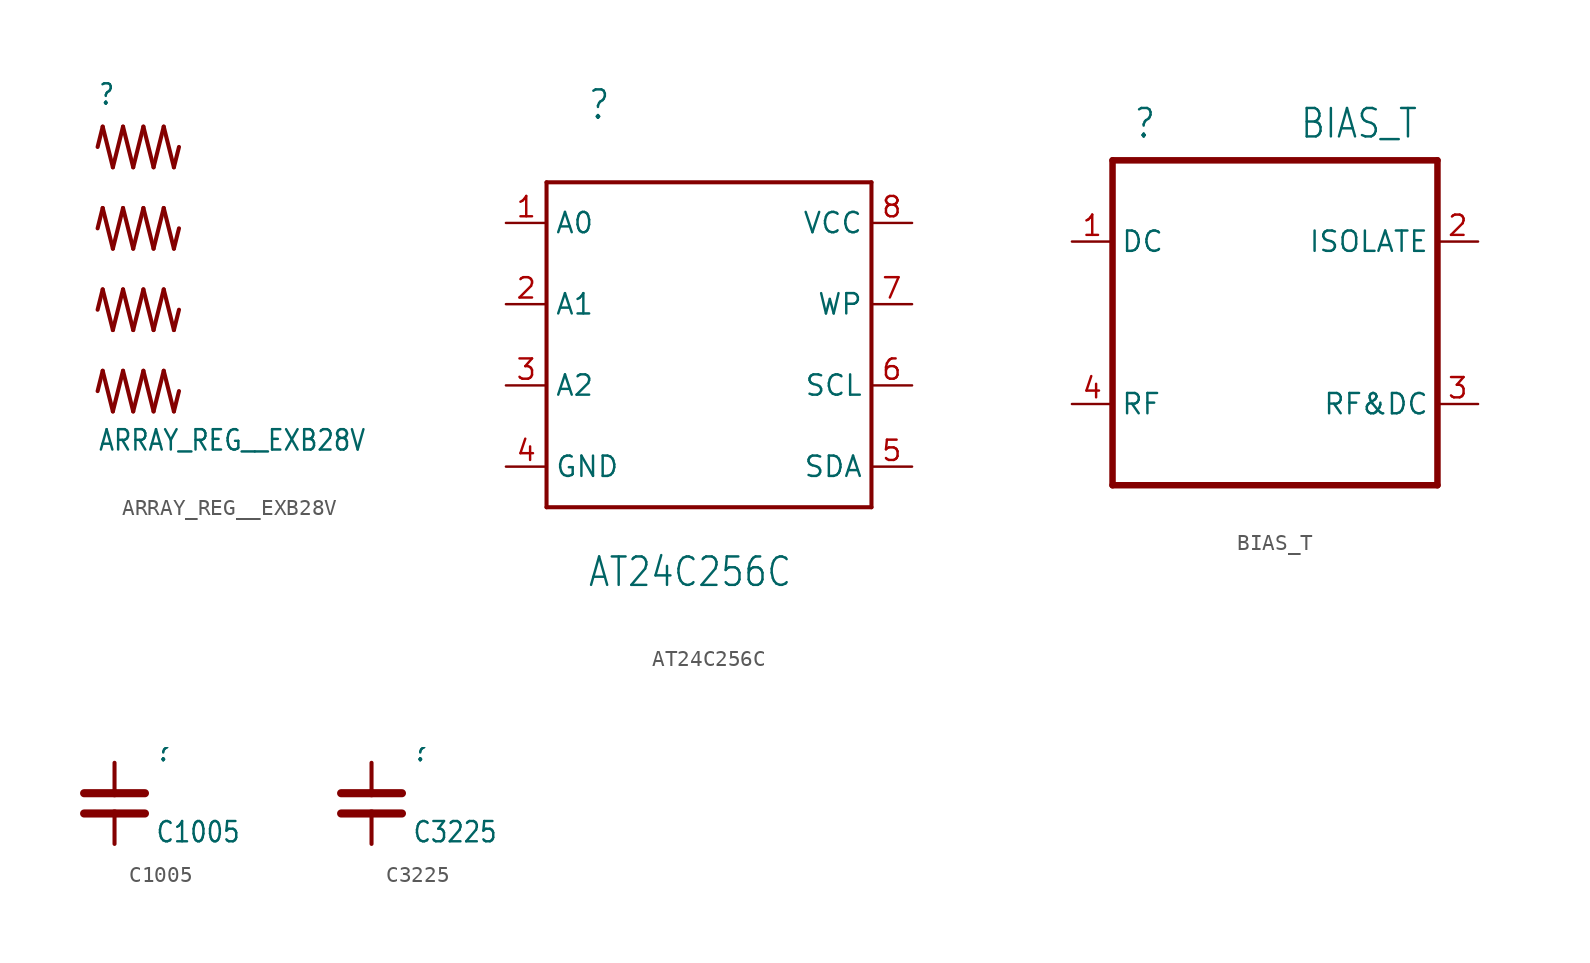
<source format=kicad_sym>
(kicad_symbol_lib
  (version 20211014)
  (generator kicad_symbol_editor)
  (symbol "ARRAY_REG__EXB28V"
    (property "Reference" ""
      (at -2.54 7.62 0)
      (effects (font (size 1.27 1.079)) (justify left bottom)))
    (property "Value" "ARRAY_REG__EXB28V"
      (at -2.54 -13.97 0)
      (effects (font (size 1.27 1.079)) (justify left bottom)))
    (property "ki_locked" ""
      (at 0 0 0)
      (effects (font (size 1.27 1.27))))
    (symbol "ARRAY_REG__EXB28V_1_0"
      (polyline (pts (xy -2.54 -10.16) (xy -2.223 -8.89)) (stroke (width 0.254) (type default) (color 0 0 0 0)) (fill (type none)))
      (polyline (pts (xy -2.54 -5.08) (xy -2.223 -3.81)) (stroke (width 0.254) (type default) (color 0 0 0 0)) (fill (type none)))
      (polyline (pts (xy -2.54 0) (xy -2.223 1.27)) (stroke (width 0.254) (type default) (color 0 0 0 0)) (fill (type none)))
      (polyline (pts (xy -2.54 5.08) (xy -2.223 6.35)) (stroke (width 0.254) (type default) (color 0 0 0 0)) (fill (type none)))
      (polyline (pts (xy -2.223 -8.89) (xy -1.587 -11.43)) (stroke (width 0.254) (type default) (color 0 0 0 0)) (fill (type none)))
      (polyline (pts (xy -2.223 -3.81) (xy -1.587 -6.35)) (stroke (width 0.254) (type default) (color 0 0 0 0)) (fill (type none)))
      (polyline (pts (xy -2.223 1.27) (xy -1.587 -1.27)) (stroke (width 0.254) (type default) (color 0 0 0 0)) (fill (type none)))
      (polyline (pts (xy -2.223 6.35) (xy -1.587 3.81)) (stroke (width 0.254) (type default) (color 0 0 0 0)) (fill (type none)))
      (polyline (pts (xy -1.587 -11.43) (xy -0.953 -8.89)) (stroke (width 0.254) (type default) (color 0 0 0 0)) (fill (type none)))
      (polyline (pts (xy -1.587 -6.35) (xy -0.953 -3.81)) (stroke (width 0.254) (type default) (color 0 0 0 0)) (fill (type none)))
      (polyline (pts (xy -1.587 -1.27) (xy -0.953 1.27)) (stroke (width 0.254) (type default) (color 0 0 0 0)) (fill (type none)))
      (polyline (pts (xy -1.587 3.81) (xy -0.953 6.35)) (stroke (width 0.254) (type default) (color 0 0 0 0)) (fill (type none)))
      (polyline (pts (xy -0.953 -8.89) (xy -0.318 -11.43)) (stroke (width 0.254) (type default) (color 0 0 0 0)) (fill (type none)))
      (polyline (pts (xy -0.953 -3.81) (xy -0.318 -6.35)) (stroke (width 0.254) (type default) (color 0 0 0 0)) (fill (type none)))
      (polyline (pts (xy -0.953 1.27) (xy -0.318 -1.27)) (stroke (width 0.254) (type default) (color 0 0 0 0)) (fill (type none)))
      (polyline (pts (xy -0.953 6.35) (xy -0.318 3.81)) (stroke (width 0.254) (type default) (color 0 0 0 0)) (fill (type none)))
      (polyline (pts (xy -0.318 -11.43) (xy 0.318 -8.89)) (stroke (width 0.254) (type default) (color 0 0 0 0)) (fill (type none)))
      (polyline (pts (xy -0.318 -6.35) (xy 0.318 -3.81)) (stroke (width 0.254) (type default) (color 0 0 0 0)) (fill (type none)))
      (polyline (pts (xy -0.318 -1.27) (xy 0.318 1.27)) (stroke (width 0.254) (type default) (color 0 0 0 0)) (fill (type none)))
      (polyline (pts (xy -0.318 3.81) (xy 0.318 6.35)) (stroke (width 0.254) (type default) (color 0 0 0 0)) (fill (type none)))
      (polyline (pts (xy 0.318 -8.89) (xy 0.953 -11.43)) (stroke (width 0.254) (type default) (color 0 0 0 0)) (fill (type none)))
      (polyline (pts (xy 0.318 -3.81) (xy 0.953 -6.35)) (stroke (width 0.254) (type default) (color 0 0 0 0)) (fill (type none)))
      (polyline (pts (xy 0.318 1.27) (xy 0.953 -1.27)) (stroke (width 0.254) (type default) (color 0 0 0 0)) (fill (type none)))
      (polyline (pts (xy 0.318 6.35) (xy 0.953 3.81)) (stroke (width 0.254) (type default) (color 0 0 0 0)) (fill (type none)))
      (polyline (pts (xy 0.953 -11.43) (xy 1.587 -8.89)) (stroke (width 0.254) (type default) (color 0 0 0 0)) (fill (type none)))
      (polyline (pts (xy 0.953 -6.35) (xy 1.587 -3.81)) (stroke (width 0.254) (type default) (color 0 0 0 0)) (fill (type none)))
      (polyline (pts (xy 0.953 -1.27) (xy 1.587 1.27)) (stroke (width 0.254) (type default) (color 0 0 0 0)) (fill (type none)))
      (polyline (pts (xy 0.953 3.81) (xy 1.587 6.35)) (stroke (width 0.254) (type default) (color 0 0 0 0)) (fill (type none)))
      (polyline (pts (xy 1.587 -8.89) (xy 2.223 -11.43)) (stroke (width 0.254) (type default) (color 0 0 0 0)) (fill (type none)))
      (polyline (pts (xy 1.587 -3.81) (xy 2.223 -6.35)) (stroke (width 0.254) (type default) (color 0 0 0 0)) (fill (type none)))
      (polyline (pts (xy 1.587 1.27) (xy 2.223 -1.27)) (stroke (width 0.254) (type default) (color 0 0 0 0)) (fill (type none)))
      (polyline (pts (xy 1.587 6.35) (xy 2.223 3.81)) (stroke (width 0.254) (type default) (color 0 0 0 0)) (fill (type none)))
      (polyline (pts (xy 2.223 -11.43) (xy 2.54 -10.16)) (stroke (width 0.254) (type default) (color 0 0 0 0)) (fill (type none)))
      (polyline (pts (xy 2.223 -6.35) (xy 2.54 -5.08)) (stroke (width 0.254) (type default) (color 0 0 0 0)) (fill (type none)))
      (polyline (pts (xy 2.223 -1.27) (xy 2.54 0)) (stroke (width 0.254) (type default) (color 0 0 0 0)) (fill (type none)))
      (polyline (pts (xy 2.223 3.81) (xy 2.54 5.08)) (stroke (width 0.254) (type default) (color 0 0 0 0)) (fill (type none)))
      (pin passive line (at -2.54 5.08 0) (length 0) (name "P1" (effects (font (size 0 0)))) (number "1" (effects (font (size 0 0)))))
      (pin passive line (at 2.54 5.08 0) (length 0) (name "P2" (effects (font (size 0 0)))) (number "2" (effects (font (size 0 0)))))
      (pin passive line (at -2.54 0 0) (length 0) (name "P3" (effects (font (size 0 0)))) (number "3" (effects (font (size 0 0)))))
      (pin passive line (at 2.54 0 0) (length 0) (name "P4" (effects (font (size 0 0)))) (number "4" (effects (font (size 0 0)))))
      (pin passive line (at -2.54 -5.08 0) (length 0) (name "P5" (effects (font (size 0 0)))) (number "5" (effects (font (size 0 0)))))
      (pin passive line (at 2.54 -5.08 0) (length 0) (name "P6" (effects (font (size 0 0)))) (number "6" (effects (font (size 0 0)))))
      (pin passive line (at -2.54 -10.16 0) (length 0) (name "P7" (effects (font (size 0 0)))) (number "7" (effects (font (size 0 0)))))
      (pin passive line (at 2.54 -10.16 0) (length 0) (name "P8" (effects (font (size 0 0)))) (number "8" (effects (font (size 0 0)))))))
  (symbol "AT24C256C"
    (property "Reference" ""
      (at -7.62 13.97 0)
      (effects (font (size 1.778 1.511)) (justify left bottom)))
    (property "Value" "AT24C256C"
      (at -7.62 -15.24 0)
      (effects (font (size 1.778 1.511)) (justify left bottom)))
    (property "ki_locked" ""
      (at 0 0 0)
      (effects (font (size 1.27 1.27))))
    (symbol "AT24C256C_1_0"
      (polyline (pts (xy -10.16 -10.16) (xy 10.16 -10.16)) (stroke (width 0.254) (type default) (color 0 0 0 0)) (fill (type none)))
      (polyline (pts (xy -10.16 10.16) (xy -10.16 -10.16)) (stroke (width 0.254) (type default) (color 0 0 0 0)) (fill (type none)))
      (polyline (pts (xy 10.16 -10.16) (xy 10.16 10.16)) (stroke (width 0.254) (type default) (color 0 0 0 0)) (fill (type none)))
      (polyline (pts (xy 10.16 10.16) (xy -10.16 10.16)) (stroke (width 0.254) (type default) (color 0 0 0 0)) (fill (type none)))
      (pin input line (at -12.7 7.62 0) (length 2.54) (name "A0" (effects (font (size 1.27 1.27)))) (number "1" (effects (font (size 1.27 1.27)))))
      (pin input line (at -12.7 2.54 0) (length 2.54) (name "A1" (effects (font (size 1.27 1.27)))) (number "2" (effects (font (size 1.27 1.27)))))
      (pin input line (at -12.7 -2.54 0) (length 2.54) (name "A2" (effects (font (size 1.27 1.27)))) (number "3" (effects (font (size 1.27 1.27)))))
      (pin power_in line (at -12.7 -7.62 0) (length 2.54) (name "GND" (effects (font (size 1.27 1.27)))) (number "4" (effects (font (size 1.27 1.27)))))
      (pin bidirectional line (at 12.7 -7.62 180) (length 2.54) (name "SDA" (effects (font (size 1.27 1.27)))) (number "5" (effects (font (size 1.27 1.27)))))
      (pin input line (at 12.7 -2.54 180) (length 2.54) (name "SCL" (effects (font (size 1.27 1.27)))) (number "6" (effects (font (size 1.27 1.27)))))
      (pin input line (at 12.7 2.54 180) (length 2.54) (name "WP" (effects (font (size 1.27 1.27)))) (number "7" (effects (font (size 1.27 1.27)))))
      (pin power_in line (at 12.7 7.62 180) (length 2.54) (name "VCC" (effects (font (size 1.27 1.27)))) (number "8" (effects (font (size 1.27 1.27)))))))
  (symbol "BIAS_T"
    (property "Reference" ""
      (at -8.89 11.43 0)
      (effects (font (size 1.778 1.511)) (justify left bottom)))
    (property "Value" "BIAS_T"
      (at 1.524 11.43 0)
      (effects (font (size 1.778 1.511)) (justify left bottom)))
    (property "ki_locked" ""
      (at 0 0 0)
      (effects (font (size 1.27 1.27))))
    (symbol "BIAS_T_1_0"
      (polyline (pts (xy -10.16 -10.16) (xy 10.16 -10.16)) (stroke (width 0.406) (type default) (color 0 0 0 0)) (fill (type none)))
      (polyline (pts (xy -10.16 10.16) (xy -10.16 -10.16)) (stroke (width 0.406) (type default) (color 0 0 0 0)) (fill (type none)))
      (polyline (pts (xy 10.16 -10.16) (xy 10.16 10.16)) (stroke (width 0.406) (type default) (color 0 0 0 0)) (fill (type none)))
      (polyline (pts (xy 10.16 10.16) (xy -10.16 10.16)) (stroke (width 0.406) (type default) (color 0 0 0 0)) (fill (type none)))
      (pin bidirectional line (at -12.7 5.08 0) (length 2.54) (name "DC" (effects (font (size 1.27 1.27)))) (number "1" (effects (font (size 1.27 1.27)))))
      (pin bidirectional line (at 12.7 5.08 180) (length 2.54) (name "ISOLATE" (effects (font (size 1.27 1.27)))) (number "2" (effects (font (size 1.27 1.27)))))
      (pin bidirectional line (at 12.7 -5.08 180) (length 2.54) (name "RF&DC" (effects (font (size 1.27 1.27)))) (number "3" (effects (font (size 1.27 1.27)))))
      (pin bidirectional line (at -12.7 -5.08 0) (length 2.54) (name "RF" (effects (font (size 1.27 1.27)))) (number "4" (effects (font (size 1.27 1.27)))))))
  (symbol "C1005"
    (property "Reference" ""
      (at 2.54 2.54 0)
      (effects (font (size 1.27 1.079)) (justify left bottom)))
    (property "Value" "C1005"
      (at 2.54 -2.54 0)
      (effects (font (size 1.27 1.079)) (justify left bottom)))
    (property "ki_locked" ""
      (at 0 0 0)
      (effects (font (size 1.27 1.27))))
    (symbol "C1005_1_0"
      (polyline (pts (xy -1.905 -0.635) (xy 0 -0.635)) (stroke (width 0.508) (type default) (color 0 0 0 0)) (fill (type none)))
      (polyline (pts (xy -1.905 0.635) (xy 0 0.635)) (stroke (width 0.508) (type default) (color 0 0 0 0)) (fill (type none)))
      (polyline (pts (xy 0 -0.635) (xy 0 -2.54)) (stroke (width 0.254) (type default) (color 0 0 0 0)) (fill (type none)))
      (polyline (pts (xy 0 -0.635) (xy 1.905 -0.635)) (stroke (width 0.508) (type default) (color 0 0 0 0)) (fill (type none)))
      (polyline (pts (xy 0 0.635) (xy 1.905 0.635)) (stroke (width 0.508) (type default) (color 0 0 0 0)) (fill (type none)))
      (polyline (pts (xy 0 2.54) (xy 0 0.635)) (stroke (width 0.254) (type default) (color 0 0 0 0)) (fill (type none)))
      (pin passive line (at 0 2.54 270) (length 0) (name "1" (effects (font (size 0 0)))) (number "1" (effects (font (size 0 0)))))
      (pin passive line (at 0 -2.54 90) (length 0) (name "2" (effects (font (size 0 0)))) (number "2" (effects (font (size 0 0)))))))
  (symbol "C3225"
    (property "Reference" ""
      (at 2.54 2.54 0)
      (effects (font (size 1.27 1.079)) (justify left bottom)))
    (property "Value" "C3225"
      (at 2.54 -2.54 0)
      (effects (font (size 1.27 1.079)) (justify left bottom)))
    (property "ki_locked" ""
      (at 0 0 0)
      (effects (font (size 1.27 1.27))))
    (symbol "C3225_1_0"
      (polyline (pts (xy -1.905 -0.635) (xy 0 -0.635)) (stroke (width 0.508) (type default) (color 0 0 0 0)) (fill (type none)))
      (polyline (pts (xy -1.905 0.635) (xy 0 0.635)) (stroke (width 0.508) (type default) (color 0 0 0 0)) (fill (type none)))
      (polyline (pts (xy 0 -0.635) (xy 0 -2.54)) (stroke (width 0.254) (type default) (color 0 0 0 0)) (fill (type none)))
      (polyline (pts (xy 0 -0.635) (xy 1.905 -0.635)) (stroke (width 0.508) (type default) (color 0 0 0 0)) (fill (type none)))
      (polyline (pts (xy 0 0.635) (xy 1.905 0.635)) (stroke (width 0.508) (type default) (color 0 0 0 0)) (fill (type none)))
      (polyline (pts (xy 0 2.54) (xy 0 0.635)) (stroke (width 0.254) (type default) (color 0 0 0 0)) (fill (type none)))
      (pin passive line (at 0 2.54 270) (length 0) (name "1" (effects (font (size 0 0)))) (number "P$1" (effects (font (size 0 0)))))
      (pin passive line (at 0 -2.54 90) (length 0) (name "2" (effects (font (size 0 0)))) (number "P$2" (effects (font (size 0 0))))))))
</source>
